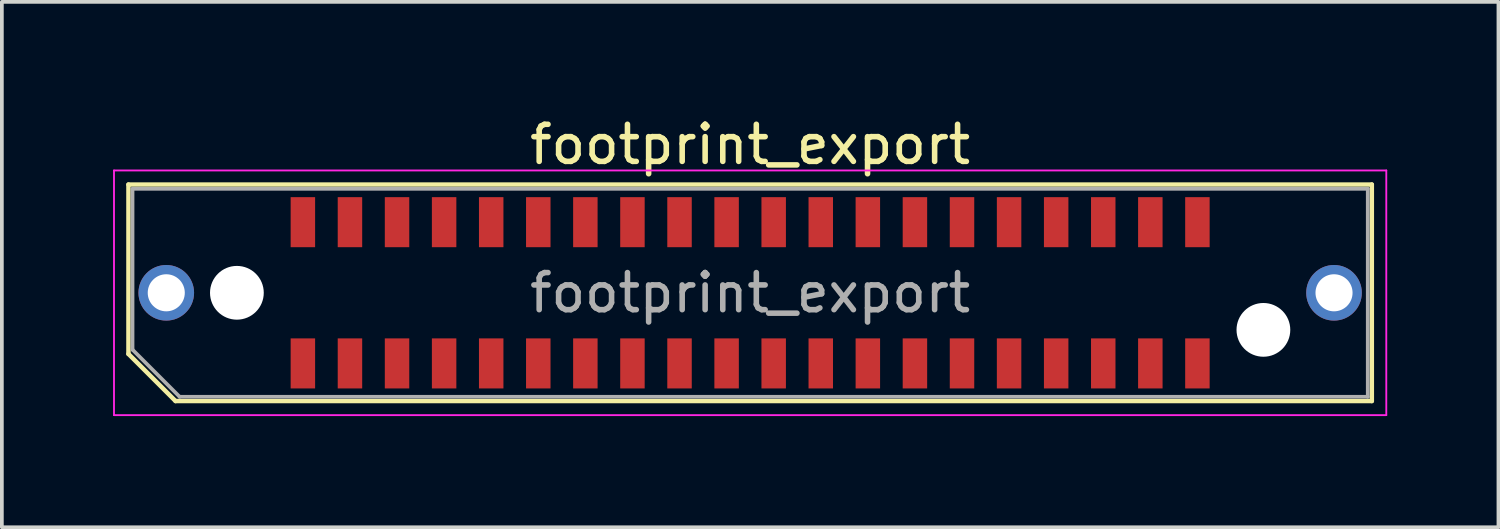
<source format=kicad_pcb>
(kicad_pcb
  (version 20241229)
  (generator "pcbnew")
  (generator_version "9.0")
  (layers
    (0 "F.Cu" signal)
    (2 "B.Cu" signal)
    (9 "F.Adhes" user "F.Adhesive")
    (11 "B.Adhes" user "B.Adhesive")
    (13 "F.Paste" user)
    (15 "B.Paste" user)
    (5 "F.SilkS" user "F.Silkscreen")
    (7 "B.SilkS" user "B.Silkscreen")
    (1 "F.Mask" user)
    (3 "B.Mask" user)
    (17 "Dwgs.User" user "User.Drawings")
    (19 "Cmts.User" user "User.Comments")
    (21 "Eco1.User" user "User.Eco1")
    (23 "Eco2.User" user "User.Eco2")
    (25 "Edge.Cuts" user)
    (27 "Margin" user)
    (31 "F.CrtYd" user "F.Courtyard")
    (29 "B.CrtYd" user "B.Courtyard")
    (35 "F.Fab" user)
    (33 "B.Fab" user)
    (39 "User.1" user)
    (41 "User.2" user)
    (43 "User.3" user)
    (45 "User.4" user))
  (footprint "footprint_export"
    (layer "F.Cu")
    (at 17.185 4.848)
    (property "Reference" "footprint_export" (at 0 -4 0) (layer "F.SilkS") (effects (font (size 1 1) (thickness 0.15))))
    (attr smd)
    (fp_line (start -16.77 -2.92) (end 16.77 -2.92) (stroke (width 0.12) (type solid)) (layer "F.SilkS"))
    (fp_line (start -16.77 1.65) (end -16.77 -2.92) (stroke (width 0.12) (type solid)) (layer "F.SilkS"))
    (fp_line (start -15.5 2.92) (end -16.77 1.65) (stroke (width 0.12) (type solid)) (layer "F.SilkS"))
    (fp_line (start -15.5 2.92) (end 16.77 2.92) (stroke (width 0.12) (type solid)) (layer "F.SilkS"))
    (fp_line (start 16.77 2.92) (end 16.77 -2.92) (stroke (width 0.12) (type solid)) (layer "F.SilkS"))
    (fp_line (start -17.16 -3.3) (end -17.16 3.3) (stroke (width 0.05) (type solid)) (layer "F.CrtYd"))
    (fp_line (start -17.16 3.3) (end 17.16 3.3) (stroke (width 0.05) (type solid)) (layer "F.CrtYd"))
    (fp_line (start 17.16 -3.3) (end -17.16 -3.3) (stroke (width 0.05) (type solid)) (layer "F.CrtYd"))
    (fp_line (start 17.16 3.3) (end 17.16 -3.3) (stroke (width 0.05) (type solid)) (layer "F.CrtYd"))
    (fp_line (start -16.66 -2.805) (end 16.66 -2.805) (stroke (width 0.1) (type solid)) (layer "F.Fab"))
    (fp_line (start -16.66 1.535) (end -16.66 -2.805) (stroke (width 0.1) (type solid)) (layer "F.Fab"))
    (fp_line (start -16.66 1.535) (end -15.39 2.805) (stroke (width 0.1) (type solid)) (layer "F.Fab"))
    (fp_line (start -15.39 2.805) (end 16.66 2.805) (stroke (width 0.1) (type solid)) (layer "F.Fab"))
    (fp_line (start 16.66 2.805) (end 16.66 -2.805) (stroke (width 0.1) (type solid)) (layer "F.Fab"))
    (fp_text user "${REFERENCE}" (at 0 0 0) (layer "F.Fab") (effects (font (size 1 1) (thickness 0.15))))
    (pad "" thru_hole circle (at -15.75 0) (size 1.5 1.5) (drill 1) (layers "*.Cu" "*.Mask"))
    (pad "" np_thru_hole circle (at -13.845 0) (size 1.45 1.45) (drill 1.45) (layers "*.Cu" "*.Mask"))
    (pad "" np_thru_hole circle (at 13.845 1) (size 1.45 1.45) (drill 1.45) (layers "*.Cu" "*.Mask"))
    (pad "" thru_hole circle (at 15.75 0) (size 1.5 1.5) (drill 1) (layers "*.Cu" "*.Mask"))
    (pad "1" smd rect (at -12.065 1.905) (size 0.66 1.35) (layers "F.Cu" "F.Mask" "F.Paste"))
    (pad "2" smd rect (at -12.065 -1.905) (size 0.66 1.35) (layers "F.Cu" "F.Mask" "F.Paste"))
    (pad "3" smd rect (at -10.795 1.905) (size 0.66 1.35) (layers "F.Cu" "F.Mask" "F.Paste"))
    (pad "4" smd rect (at -10.795 -1.905) (size 0.66 1.35) (layers "F.Cu" "F.Mask" "F.Paste"))
    (pad "5" smd rect (at -9.525 1.905) (size 0.66 1.35) (layers "F.Cu" "F.Mask" "F.Paste"))
    (pad "6" smd rect (at -9.525 -1.905) (size 0.66 1.35) (layers "F.Cu" "F.Mask" "F.Paste"))
    (pad "7" smd rect (at -8.255 1.905) (size 0.66 1.35) (layers "F.Cu" "F.Mask" "F.Paste"))
    (pad "8" smd rect (at -8.255 -1.905) (size 0.66 1.35) (layers "F.Cu" "F.Mask" "F.Paste"))
    (pad "9" smd rect (at -6.985 1.905) (size 0.66 1.35) (layers "F.Cu" "F.Mask" "F.Paste"))
    (pad "10" smd rect (at -6.985 -1.905) (size 0.66 1.35) (layers "F.Cu" "F.Mask" "F.Paste"))
    (pad "11" smd rect (at -5.715 1.905) (size 0.66 1.35) (layers "F.Cu" "F.Mask" "F.Paste"))
    (pad "12" smd rect (at -5.715 -1.905) (size 0.66 1.35) (layers "F.Cu" "F.Mask" "F.Paste"))
    (pad "13" smd rect (at -4.445 1.905) (size 0.66 1.35) (layers "F.Cu" "F.Mask" "F.Paste"))
    (pad "14" smd rect (at -4.445 -1.905) (size 0.66 1.35) (layers "F.Cu" "F.Mask" "F.Paste"))
    (pad "15" smd rect (at -3.175 1.905) (size 0.66 1.35) (layers "F.Cu" "F.Mask" "F.Paste"))
    (pad "16" smd rect (at -3.175 -1.905) (size 0.66 1.35) (layers "F.Cu" "F.Mask" "F.Paste"))
    (pad "17" smd rect (at -1.905 1.905) (size 0.66 1.35) (layers "F.Cu" "F.Mask" "F.Paste"))
    (pad "18" smd rect (at -1.905 -1.905) (size 0.66 1.35) (layers "F.Cu" "F.Mask" "F.Paste"))
    (pad "19" smd rect (at -0.635 1.905) (size 0.66 1.35) (layers "F.Cu" "F.Mask" "F.Paste"))
    (pad "20" smd rect (at -0.635 -1.905) (size 0.66 1.35) (layers "F.Cu" "F.Mask" "F.Paste"))
    (pad "21" smd rect (at 0.635 1.905) (size 0.66 1.35) (layers "F.Cu" "F.Mask" "F.Paste"))
    (pad "22" smd rect (at 0.635 -1.905) (size 0.66 1.35) (layers "F.Cu" "F.Mask" "F.Paste"))
    (pad "23" smd rect (at 1.905 1.905) (size 0.66 1.35) (layers "F.Cu" "F.Mask" "F.Paste"))
    (pad "24" smd rect (at 1.905 -1.905) (size 0.66 1.35) (layers "F.Cu" "F.Mask" "F.Paste"))
    (pad "25" smd rect (at 3.175 1.905) (size 0.66 1.35) (layers "F.Cu" "F.Mask" "F.Paste"))
    (pad "26" smd rect (at 3.175 -1.905) (size 0.66 1.35) (layers "F.Cu" "F.Mask" "F.Paste"))
    (pad "27" smd rect (at 4.445 1.905) (size 0.66 1.35) (layers "F.Cu" "F.Mask" "F.Paste"))
    (pad "28" smd rect (at 4.445 -1.905) (size 0.66 1.35) (layers "F.Cu" "F.Mask" "F.Paste"))
    (pad "29" smd rect (at 5.715 1.905) (size 0.66 1.35) (layers "F.Cu" "F.Mask" "F.Paste"))
    (pad "30" smd rect (at 5.715 -1.905) (size 0.66 1.35) (layers "F.Cu" "F.Mask" "F.Paste"))
    (pad "31" smd rect (at 6.985 1.905) (size 0.66 1.35) (layers "F.Cu" "F.Mask" "F.Paste"))
    (pad "32" smd rect (at 6.985 -1.905) (size 0.66 1.35) (layers "F.Cu" "F.Mask" "F.Paste"))
    (pad "33" smd rect (at 8.255 1.905) (size 0.66 1.35) (layers "F.Cu" "F.Mask" "F.Paste"))
    (pad "34" smd rect (at 8.255 -1.905) (size 0.66 1.35) (layers "F.Cu" "F.Mask" "F.Paste"))
    (pad "35" smd rect (at 9.525 1.905) (size 0.66 1.35) (layers "F.Cu" "F.Mask" "F.Paste"))
    (pad "36" smd rect (at 9.525 -1.905) (size 0.66 1.35) (layers "F.Cu" "F.Mask" "F.Paste"))
    (pad "37" smd rect (at 10.795 1.905) (size 0.66 1.35) (layers "F.Cu" "F.Mask" "F.Paste"))
    (pad "38" smd rect (at 10.795 -1.905) (size 0.66 1.35) (layers "F.Cu" "F.Mask" "F.Paste"))
    (pad "39" smd rect (at 12.065 1.905) (size 0.66 1.35) (layers "F.Cu" "F.Mask" "F.Paste"))
    (pad "40" smd rect (at 12.065 -1.905) (size 0.66 1.35) (layers "F.Cu" "F.Mask" "F.Paste")))
  (gr_rect
    (start -3 -3)
    (end 37.37 11.173)
    (stroke (width 0.1) (type default))
    (fill no)
    (layer "Edge.Cuts")))
</source>
